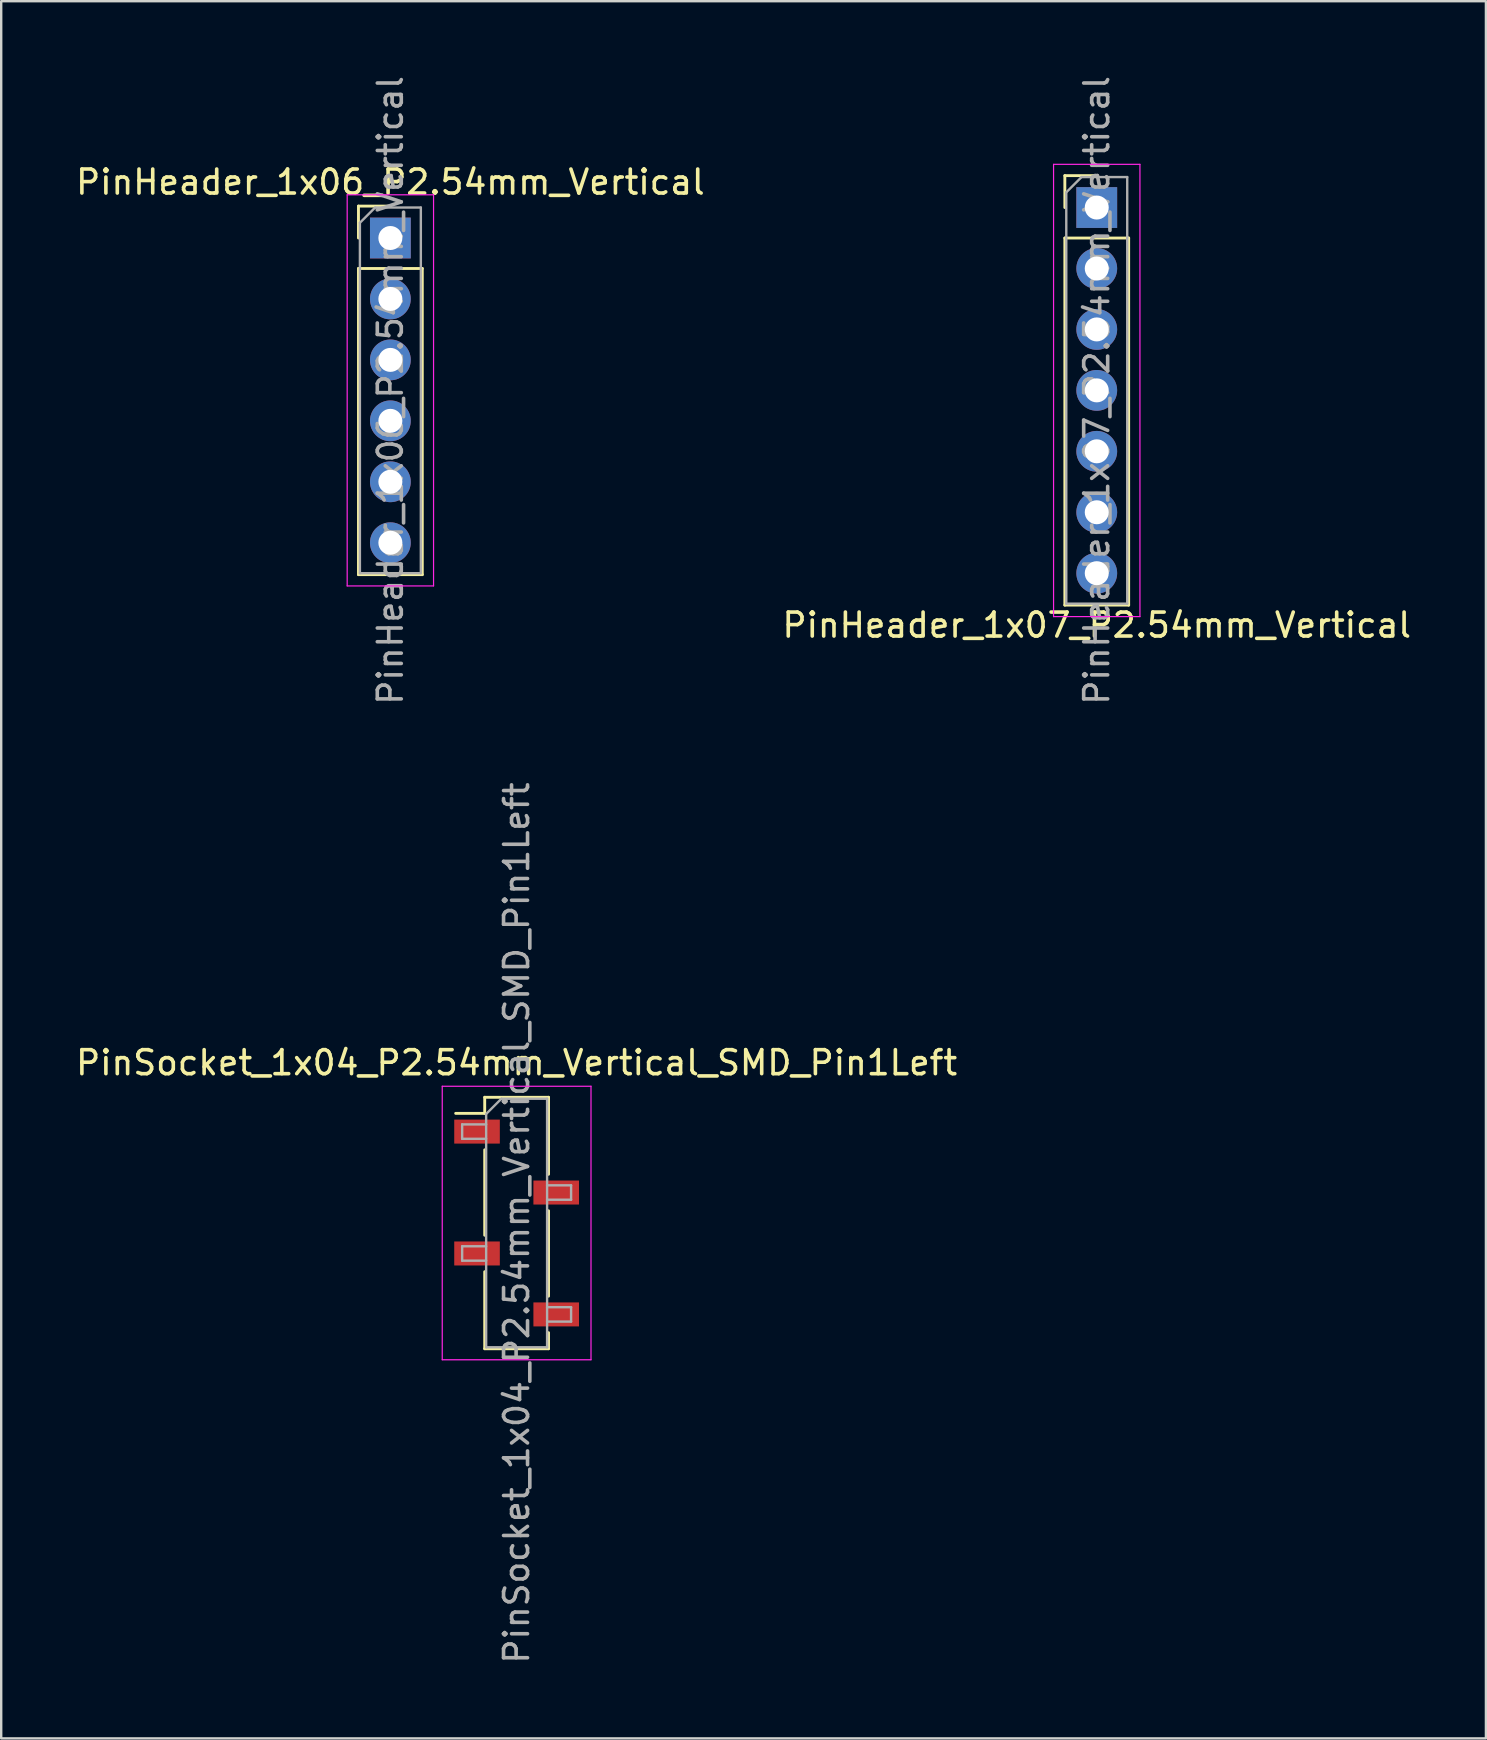
<source format=kicad_pcb>
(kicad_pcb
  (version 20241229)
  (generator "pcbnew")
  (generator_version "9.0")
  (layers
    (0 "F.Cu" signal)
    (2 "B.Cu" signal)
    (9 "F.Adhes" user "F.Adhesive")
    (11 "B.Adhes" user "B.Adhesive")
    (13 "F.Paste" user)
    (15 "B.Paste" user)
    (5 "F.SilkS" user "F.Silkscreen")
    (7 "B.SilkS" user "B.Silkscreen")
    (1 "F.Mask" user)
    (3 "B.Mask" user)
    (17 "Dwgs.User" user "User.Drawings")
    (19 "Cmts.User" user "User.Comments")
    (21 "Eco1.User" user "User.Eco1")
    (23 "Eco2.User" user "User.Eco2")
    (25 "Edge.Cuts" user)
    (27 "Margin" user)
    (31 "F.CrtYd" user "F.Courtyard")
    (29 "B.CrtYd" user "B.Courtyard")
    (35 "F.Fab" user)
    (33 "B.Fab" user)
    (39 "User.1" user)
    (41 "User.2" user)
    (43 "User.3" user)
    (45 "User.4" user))
  (footprint "PinSocket_1x04_P2.54mm_Vertical_SMD_Pin1Left"
    (layer "F.Cu")
    (at 18.482 47.923)
    (property "Reference" "PinSocket_1x04_P2.54mm_Vertical_SMD_Pin1Left" (at 0 -6.68 0) (layer "F.SilkS") (effects (font (size 1 1) (thickness 0.15))))
    (attr smd)
    (fp_line (start -2.54 -4.57) (end -1.33 -4.57) (stroke (width 0.12) (type solid)) (layer "F.SilkS"))
    (fp_line (start -1.33 -5.24) (end -1.33 -4.57) (stroke (width 0.12) (type solid)) (layer "F.SilkS"))
    (fp_line (start -1.33 -5.24) (end 1.33 -5.24) (stroke (width 0.12) (type solid)) (layer "F.SilkS"))
    (fp_line (start -1.33 -3.05) (end -1.33 0.51) (stroke (width 0.12) (type solid)) (layer "F.SilkS"))
    (fp_line (start -1.33 2.03) (end -1.33 5.24) (stroke (width 0.12) (type solid)) (layer "F.SilkS"))
    (fp_line (start -1.33 5.24) (end 1.33 5.24) (stroke (width 0.12) (type solid)) (layer "F.SilkS"))
    (fp_line (start 1.33 -5.24) (end 1.33 -2.03) (stroke (width 0.12) (type solid)) (layer "F.SilkS"))
    (fp_line (start 1.33 -0.51) (end 1.33 3.05) (stroke (width 0.12) (type solid)) (layer "F.SilkS"))
    (fp_line (start 1.33 4.57) (end 1.33 5.24) (stroke (width 0.12) (type solid)) (layer "F.SilkS"))
    (fp_line (start -3.1 -5.7) (end 3.1 -5.7) (stroke (width 0.05) (type solid)) (layer "F.CrtYd"))
    (fp_line (start -3.1 5.7) (end -3.1 -5.7) (stroke (width 0.05) (type solid)) (layer "F.CrtYd"))
    (fp_line (start 3.1 -5.7) (end 3.1 5.7) (stroke (width 0.05) (type solid)) (layer "F.CrtYd"))
    (fp_line (start 3.1 5.7) (end -3.1 5.7) (stroke (width 0.05) (type solid)) (layer "F.CrtYd"))
    (fp_line (start -2.27 -4.11) (end -1.27 -4.11) (stroke (width 0.1) (type solid)) (layer "F.Fab"))
    (fp_line (start -2.27 -3.51) (end -2.27 -4.11) (stroke (width 0.1) (type solid)) (layer "F.Fab"))
    (fp_line (start -2.27 0.97) (end -1.27 0.97) (stroke (width 0.1) (type solid)) (layer "F.Fab"))
    (fp_line (start -2.27 1.57) (end -2.27 0.97) (stroke (width 0.1) (type solid)) (layer "F.Fab"))
    (fp_line (start -1.27 -4.545) (end -0.635 -5.18) (stroke (width 0.1) (type solid)) (layer "F.Fab"))
    (fp_line (start -1.27 -3.51) (end -2.27 -3.51) (stroke (width 0.1) (type solid)) (layer "F.Fab"))
    (fp_line (start -1.27 1.57) (end -2.27 1.57) (stroke (width 0.1) (type solid)) (layer "F.Fab"))
    (fp_line (start -1.27 5.18) (end -1.27 -4.545) (stroke (width 0.1) (type solid)) (layer "F.Fab"))
    (fp_line (start -0.635 -5.18) (end 1.27 -5.18) (stroke (width 0.1) (type solid)) (layer "F.Fab"))
    (fp_line (start 1.27 -5.18) (end 1.27 5.18) (stroke (width 0.1) (type solid)) (layer "F.Fab"))
    (fp_line (start 1.27 -1.57) (end 2.27 -1.57) (stroke (width 0.1) (type solid)) (layer "F.Fab"))
    (fp_line (start 1.27 3.51) (end 2.27 3.51) (stroke (width 0.1) (type solid)) (layer "F.Fab"))
    (fp_line (start 1.27 5.18) (end -1.27 5.18) (stroke (width 0.1) (type solid)) (layer "F.Fab"))
    (fp_line (start 2.27 -1.57) (end 2.27 -0.97) (stroke (width 0.1) (type solid)) (layer "F.Fab"))
    (fp_line (start 2.27 -0.97) (end 1.27 -0.97) (stroke (width 0.1) (type solid)) (layer "F.Fab"))
    (fp_line (start 2.27 3.51) (end 2.27 4.11) (stroke (width 0.1) (type solid)) (layer "F.Fab"))
    (fp_line (start 2.27 4.11) (end 1.27 4.11) (stroke (width 0.1) (type solid)) (layer "F.Fab"))
    (fp_text user "${REFERENCE}" (at 0 0 90) (layer "F.Fab") (effects (font (size 1 1) (thickness 0.15))))
    (pad "1" smd rect (at -1.65 -3.81) (size 1.9 1) (layers "F.Cu" "F.Mask" "F.Paste"))
    (pad "2" smd rect (at 1.65 -1.27) (size 1.9 1) (layers "F.Cu" "F.Mask" "F.Paste"))
    (pad "3" smd rect (at -1.65 1.27) (size 1.9 1) (layers "F.Cu" "F.Mask" "F.Paste"))
    (pad "4" smd rect (at 1.65 3.81) (size 1.9 1) (layers "F.Cu" "F.Mask" "F.Paste")))
  (footprint "PinHeader_1x06_P2.54mm_Vertical"
    (layer "F.Cu")
    (at 13.22 6.87)
    (property "Reference" "PinHeader_1x06_P2.54mm_Vertical" (at 0 -2.33 0) (layer "F.SilkS") (effects (font (size 1 1) (thickness 0.15))))
    (attr through_hole)
    (fp_line (start -1.33 -1.33) (end 0 -1.33) (stroke (width 0.12) (type solid)) (layer "F.SilkS"))
    (fp_line (start -1.33 0) (end -1.33 -1.33) (stroke (width 0.12) (type solid)) (layer "F.SilkS"))
    (fp_line (start -1.33 1.27) (end -1.33 14.03) (stroke (width 0.12) (type solid)) (layer "F.SilkS"))
    (fp_line (start -1.33 1.27) (end 1.33 1.27) (stroke (width 0.12) (type solid)) (layer "F.SilkS"))
    (fp_line (start -1.33 14.03) (end 1.33 14.03) (stroke (width 0.12) (type solid)) (layer "F.SilkS"))
    (fp_line (start 1.33 1.27) (end 1.33 14.03) (stroke (width 0.12) (type solid)) (layer "F.SilkS"))
    (fp_line (start -1.8 -1.8) (end -1.8 14.5) (stroke (width 0.05) (type solid)) (layer "F.CrtYd"))
    (fp_line (start -1.8 14.5) (end 1.8 14.5) (stroke (width 0.05) (type solid)) (layer "F.CrtYd"))
    (fp_line (start 1.8 -1.8) (end -1.8 -1.8) (stroke (width 0.05) (type solid)) (layer "F.CrtYd"))
    (fp_line (start 1.8 14.5) (end 1.8 -1.8) (stroke (width 0.05) (type solid)) (layer "F.CrtYd"))
    (fp_line (start -1.27 -0.635) (end -0.635 -1.27) (stroke (width 0.1) (type solid)) (layer "F.Fab"))
    (fp_line (start -1.27 13.97) (end -1.27 -0.635) (stroke (width 0.1) (type solid)) (layer "F.Fab"))
    (fp_line (start -0.635 -1.27) (end 1.27 -1.27) (stroke (width 0.1) (type solid)) (layer "F.Fab"))
    (fp_line (start 1.27 -1.27) (end 1.27 13.97) (stroke (width 0.1) (type solid)) (layer "F.Fab"))
    (fp_line (start 1.27 13.97) (end -1.27 13.97) (stroke (width 0.1) (type solid)) (layer "F.Fab"))
    (fp_text user "${REFERENCE}" (at 0 6.35 90) (layer "F.Fab") (effects (font (size 1 1) (thickness 0.15))))
    (pad "1" thru_hole rect (at 0 0) (size 1.7 1.7) (drill 1) (layers "*.Cu" "*.Mask"))
    (pad "2" thru_hole oval (at 0 2.54) (size 1.7 1.7) (drill 1) (layers "*.Cu" "*.Mask"))
    (pad "3" thru_hole oval (at 0 5.08) (size 1.7 1.7) (drill 1) (layers "*.Cu" "*.Mask"))
    (pad "4" thru_hole oval (at 0 7.62) (size 1.7 1.7) (drill 1) (layers "*.Cu" "*.Mask"))
    (pad "5" thru_hole oval (at 0 10.16) (size 1.7 1.7) (drill 1) (layers "*.Cu" "*.Mask"))
    (pad "6" thru_hole oval (at 0 12.7) (size 1.7 1.7) (drill 1) (layers "*.Cu" "*.Mask")))
  (footprint "PinHeader_1x07_P2.54mm_Vertical"
    (layer "F.Cu")
    (at 42.661 5.6)
    (property "Reference" "PinHeader_1x07_P2.54mm_Vertical" (at 0 17.404 0) (layer "F.SilkS") (effects (font (size 1 1) (thickness 0.15))))
    (attr through_hole)
    (fp_line (start -1.33 -1.33) (end 0 -1.33) (stroke (width 0.12) (type solid)) (layer "F.SilkS"))
    (fp_line (start -1.33 0) (end -1.33 -1.33) (stroke (width 0.12) (type solid)) (layer "F.SilkS"))
    (fp_line (start -1.33 1.27) (end -1.33 16.57) (stroke (width 0.12) (type solid)) (layer "F.SilkS"))
    (fp_line (start -1.33 1.27) (end 1.33 1.27) (stroke (width 0.12) (type solid)) (layer "F.SilkS"))
    (fp_line (start -1.33 16.57) (end 1.33 16.57) (stroke (width 0.12) (type solid)) (layer "F.SilkS"))
    (fp_line (start 1.33 1.27) (end 1.33 16.57) (stroke (width 0.12) (type solid)) (layer "F.SilkS"))
    (fp_line (start -1.8 -1.8) (end -1.8 17.05) (stroke (width 0.05) (type solid)) (layer "F.CrtYd"))
    (fp_line (start -1.8 17.05) (end 1.8 17.05) (stroke (width 0.05) (type solid)) (layer "F.CrtYd"))
    (fp_line (start 1.8 -1.8) (end -1.8 -1.8) (stroke (width 0.05) (type solid)) (layer "F.CrtYd"))
    (fp_line (start 1.8 17.05) (end 1.8 -1.8) (stroke (width 0.05) (type solid)) (layer "F.CrtYd"))
    (fp_line (start -1.27 -0.635) (end -0.635 -1.27) (stroke (width 0.1) (type solid)) (layer "F.Fab"))
    (fp_line (start -1.27 16.51) (end -1.27 -0.635) (stroke (width 0.1) (type solid)) (layer "F.Fab"))
    (fp_line (start -0.635 -1.27) (end 1.27 -1.27) (stroke (width 0.1) (type solid)) (layer "F.Fab"))
    (fp_line (start 1.27 -1.27) (end 1.27 16.51) (stroke (width 0.1) (type solid)) (layer "F.Fab"))
    (fp_line (start 1.27 16.51) (end -1.27 16.51) (stroke (width 0.1) (type solid)) (layer "F.Fab"))
    (fp_text user "${REFERENCE}" (at 0 7.62 90) (layer "F.Fab") (effects (font (size 1 1) (thickness 0.15))))
    (pad "1" thru_hole rect (at 0 0) (size 1.7 1.7) (drill 1) (layers "*.Cu" "*.Mask"))
    (pad "2" thru_hole oval (at 0 2.54) (size 1.7 1.7) (drill 1) (layers "*.Cu" "*.Mask"))
    (pad "3" thru_hole oval (at 0 5.08) (size 1.7 1.7) (drill 1) (layers "*.Cu" "*.Mask"))
    (pad "4" thru_hole oval (at 0 7.62) (size 1.7 1.7) (drill 1) (layers "*.Cu" "*.Mask"))
    (pad "5" thru_hole oval (at 0 10.16) (size 1.7 1.7) (drill 1) (layers "*.Cu" "*.Mask"))
    (pad "6" thru_hole oval (at 0 12.7) (size 1.7 1.7) (drill 1) (layers "*.Cu" "*.Mask"))
    (pad "7" thru_hole oval (at 0 15.24) (size 1.7 1.7) (drill 1) (layers "*.Cu" "*.Mask")))
  (gr_rect
    (start -3 -3)
    (end 58.881 69.405)
    (stroke (width 0.1) (type default))
    (fill no)
    (layer "Edge.Cuts")))
</source>
